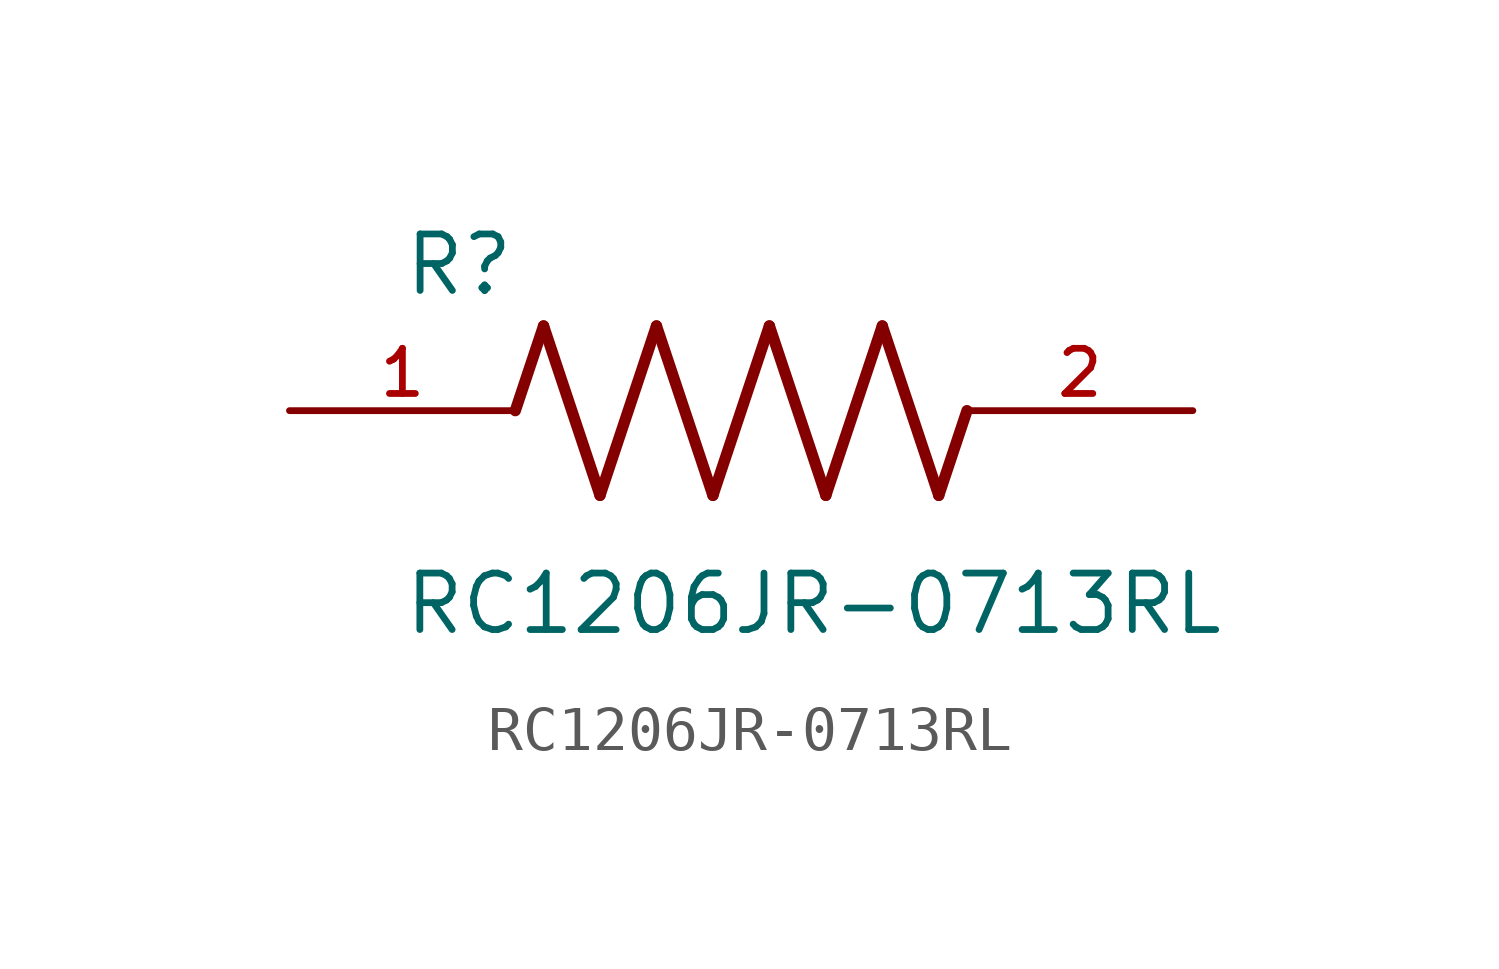
<source format=kicad_sym>
(kicad_symbol_lib
  (version 20211014)
  (generator kicad_symbol_editor)
  (symbol "RC1206JR-0713RL"
    (pin_names
      (offset 1.016))
    (property "Reference" "R"
      (at -7.624 2.541 0)
      (effects (font (size 1.27 1.27)) (justify bottom left)))
    (property "Value" "RC1206JR-0713RL"
      (at -7.63 -5.087 0)
      (effects (font (size 1.27 1.27)) (justify bottom left)))
    (symbol "RC1206JR-0713RL_0_0"
      (polyline (pts (xy -5.08 0.0) (xy -4.445 1.905)) (stroke (width 0.254)))
      (polyline (pts (xy -4.445 1.905) (xy -3.175 -1.905)) (stroke (width 0.254)))
      (polyline (pts (xy -3.175 -1.905) (xy -1.905 1.905)) (stroke (width 0.254)))
      (polyline (pts (xy -1.905 1.905) (xy -0.635 -1.905)) (stroke (width 0.254)))
      (polyline (pts (xy -0.635 -1.905) (xy 0.635 1.905)) (stroke (width 0.254)))
      (polyline (pts (xy 0.635 1.905) (xy 1.905 -1.905)) (stroke (width 0.254)))
      (polyline (pts (xy 1.905 -1.905) (xy 3.175 1.905)) (stroke (width 0.254)))
      (polyline (pts (xy 3.175 1.905) (xy 4.445 -1.905)) (stroke (width 0.254)))
      (polyline (pts (xy 4.445 -1.905) (xy 5.08 0.0)) (stroke (width 0.254)))
      (pin passive line (at -10.16 0.0 0) (length 5.08) (name "~" (effects (font (size 1.016 1.016)))) (number "1" (effects (font (size 1.016 1.016)))))
      (pin passive line (at 10.16 0.0 180.0) (length 5.08) (name "~" (effects (font (size 1.016 1.016)))) (number "2" (effects (font (size 1.016 1.016))))))))
</source>
